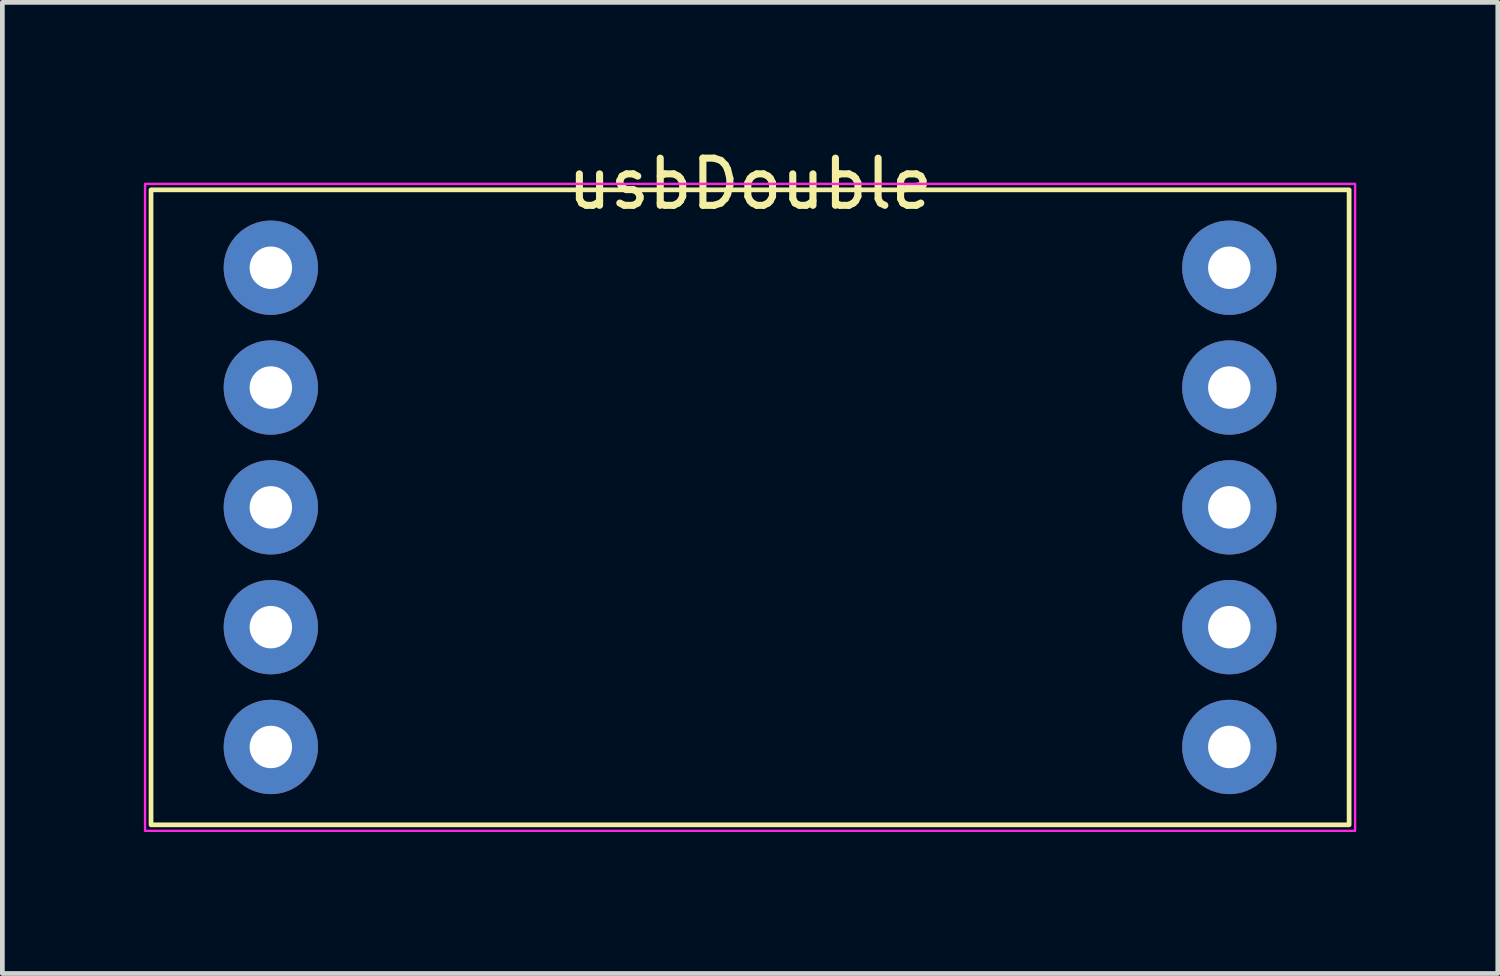
<source format=kicad_pcb>
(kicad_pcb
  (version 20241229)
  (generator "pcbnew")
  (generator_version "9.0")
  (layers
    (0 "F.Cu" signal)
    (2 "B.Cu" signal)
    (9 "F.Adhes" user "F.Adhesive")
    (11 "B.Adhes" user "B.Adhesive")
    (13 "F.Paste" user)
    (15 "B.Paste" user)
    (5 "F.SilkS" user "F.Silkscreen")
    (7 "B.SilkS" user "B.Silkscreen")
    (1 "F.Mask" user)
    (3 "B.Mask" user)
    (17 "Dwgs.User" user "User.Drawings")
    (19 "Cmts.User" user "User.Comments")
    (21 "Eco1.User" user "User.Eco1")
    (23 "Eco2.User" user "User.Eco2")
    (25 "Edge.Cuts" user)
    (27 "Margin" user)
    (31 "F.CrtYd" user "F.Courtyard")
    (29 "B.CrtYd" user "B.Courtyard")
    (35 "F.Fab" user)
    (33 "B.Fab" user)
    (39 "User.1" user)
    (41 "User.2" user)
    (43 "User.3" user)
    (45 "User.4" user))
  (footprint "usbDouble"
    (layer "F.Cu")
    (at 12.852 10.246)
    (property "Reference" "usbDouble" (at 0 -9.398 0) (layer "F.SilkS") (effects (font (size 1 1) (thickness 0.15))))
    (attr through_hole)
    (fp_rect (start -12.7 -9.271) (end 12.7 4.191) (stroke (width 0.1) (type default)) (fill no) (layer "F.SilkS"))
    (fp_rect (start -12.827 -9.398) (end 12.827 4.318) (stroke (width 0.05) (type default)) (fill no) (layer "F.CrtYd"))
    (pad "1" thru_hole circle (at -10.16 2.54) (size 2 2) (drill 0.9) (layers "*.Cu" "*.Mask"))
    (pad "2" thru_hole circle (at -10.16 0) (size 2 2) (drill 0.9) (layers "*.Cu" "*.Mask"))
    (pad "3" thru_hole circle (at -10.16 -2.54) (size 2 2) (drill 0.9) (layers "*.Cu" "*.Mask"))
    (pad "4" thru_hole circle (at -10.16 -5.08) (size 2 2) (drill 0.9) (layers "*.Cu" "*.Mask"))
    (pad "5" thru_hole circle (at -10.16 -7.62) (size 2 2) (drill 0.9) (layers "*.Cu" "*.Mask"))
    (pad "6" thru_hole circle (at 10.16 2.54) (size 2 2) (drill 0.9) (layers "*.Cu" "*.Mask"))
    (pad "7" thru_hole circle (at 10.16 0) (size 2 2) (drill 0.9) (layers "*.Cu" "*.Mask"))
    (pad "8" thru_hole circle (at 10.16 -2.54) (size 2 2) (drill 0.9) (layers "*.Cu" "*.Mask"))
    (pad "9" thru_hole circle (at 10.16 -5.08) (size 2 2) (drill 0.9) (layers "*.Cu" "*.Mask"))
    (pad "10" thru_hole circle (at 10.16 -7.62) (size 2 2) (drill 0.9) (layers "*.Cu" "*.Mask")))
  (gr_rect
    (start -3 -3)
    (end 28.704 17.589)
    (stroke (width 0.1) (type default))
    (fill no)
    (layer "Edge.Cuts")))
</source>
